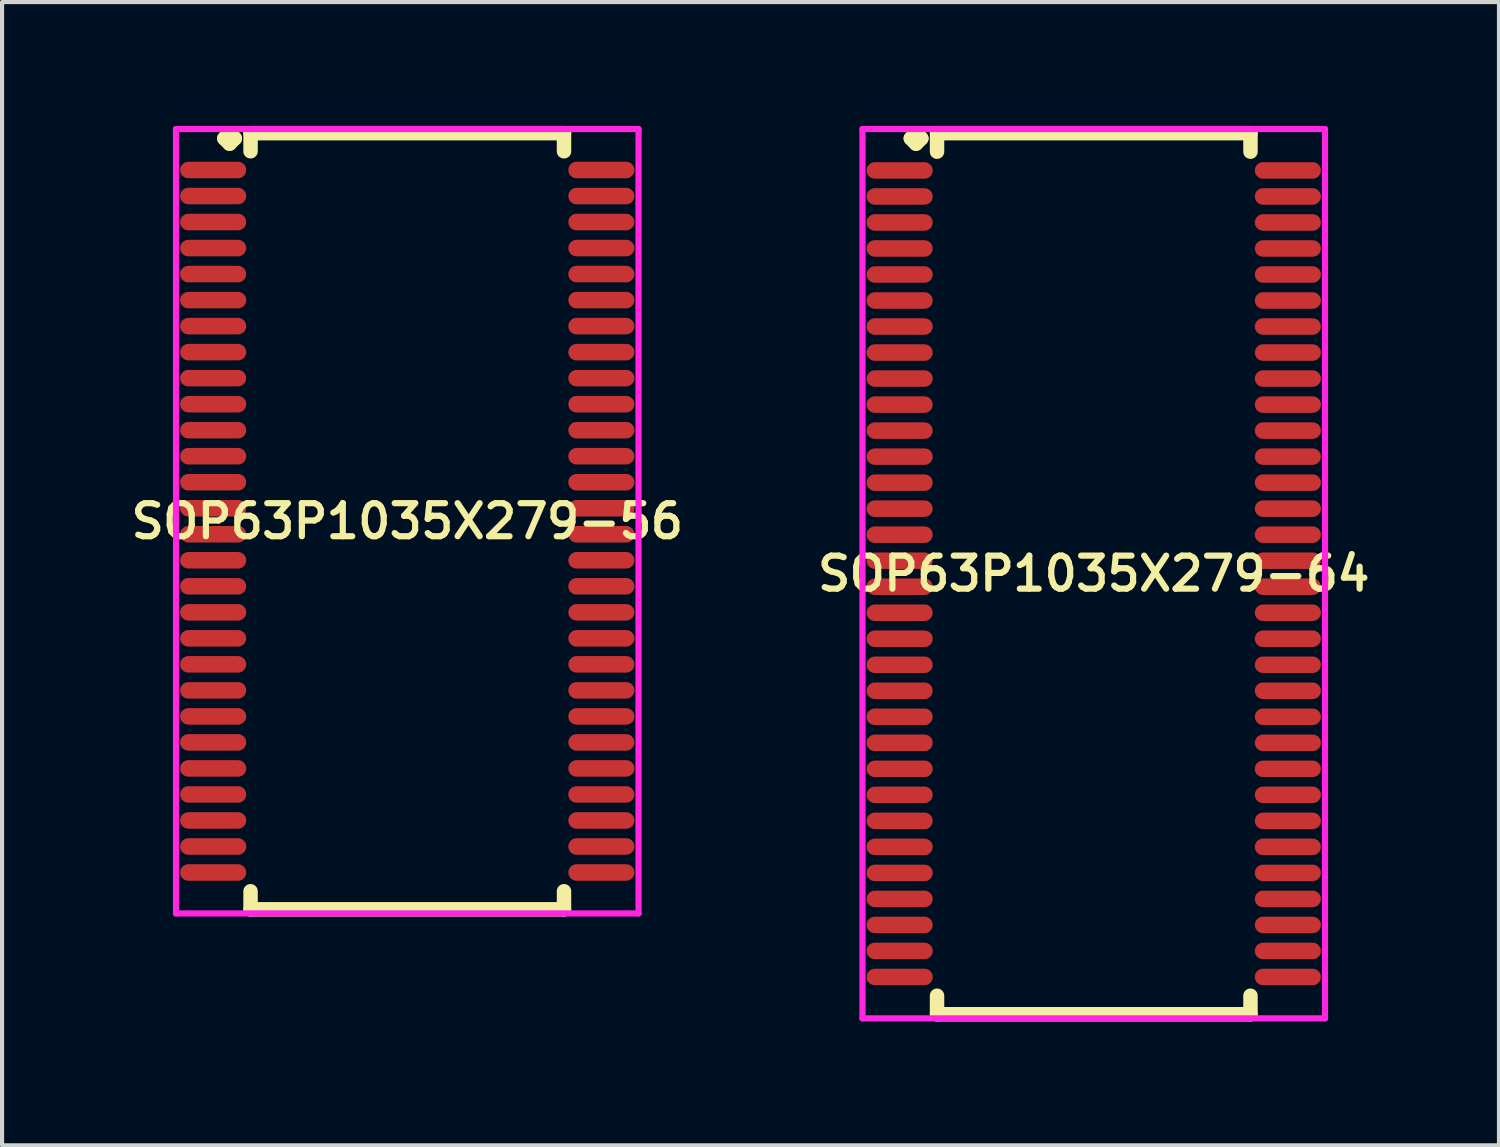
<source format=kicad_pcb>
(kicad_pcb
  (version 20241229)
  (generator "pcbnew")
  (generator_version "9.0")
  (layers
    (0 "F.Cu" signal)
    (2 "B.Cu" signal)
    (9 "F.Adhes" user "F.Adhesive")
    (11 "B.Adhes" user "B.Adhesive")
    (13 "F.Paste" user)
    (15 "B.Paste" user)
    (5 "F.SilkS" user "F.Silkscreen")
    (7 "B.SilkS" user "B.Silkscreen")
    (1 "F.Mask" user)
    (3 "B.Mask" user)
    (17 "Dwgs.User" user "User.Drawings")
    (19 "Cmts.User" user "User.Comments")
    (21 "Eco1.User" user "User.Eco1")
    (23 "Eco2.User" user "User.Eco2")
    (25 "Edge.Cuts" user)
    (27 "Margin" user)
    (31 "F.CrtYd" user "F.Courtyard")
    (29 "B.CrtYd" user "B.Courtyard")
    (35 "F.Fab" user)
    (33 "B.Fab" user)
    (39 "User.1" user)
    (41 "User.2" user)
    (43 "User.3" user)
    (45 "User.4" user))
  (footprint "SOP63P1035X279-64"
    (layer "F.Cu")
    (at 23.435 10.842)
    (property "Reference" "SOP63P1035X279-64" (at 0 0 0) (layer "F.SilkS") (effects (font (size 0.8 0.8) (thickness 0.15))))
    (attr through_hole)
    (fp_line (start -4.43 -10.54) (end -4.303 -10.667) (stroke (width 0.35) (type solid)) (layer "F.SilkS"))
    (fp_line (start -4.303 -10.667) (end -4.176 -10.54) (stroke (width 0.35) (type solid)) (layer "F.SilkS"))
    (fp_line (start -4.303 -10.413) (end -4.43 -10.54) (stroke (width 0.35) (type solid)) (layer "F.SilkS"))
    (fp_line (start -4.176 -10.54) (end -4.303 -10.413) (stroke (width 0.35) (type solid)) (layer "F.SilkS"))
    (fp_line (start -3.795 -10.667) (end 3.795 -10.667) (stroke (width 0.35) (type solid)) (layer "F.SilkS"))
    (fp_line (start -3.795 -10.219) (end -3.795 -10.667) (stroke (width 0.35) (type solid)) (layer "F.SilkS"))
    (fp_line (start -3.795 10.219) (end -3.795 10.667) (stroke (width 0.35) (type solid)) (layer "F.SilkS"))
    (fp_line (start -3.795 10.667) (end 3.795 10.667) (stroke (width 0.35) (type solid)) (layer "F.SilkS"))
    (fp_line (start 3.795 -10.667) (end 3.795 -10.219) (stroke (width 0.35) (type solid)) (layer "F.SilkS"))
    (fp_line (start 3.795 10.667) (end 3.795 10.219) (stroke (width 0.35) (type solid)) (layer "F.SilkS"))
    (fp_line (start -5.6 -10.767) (end 5.6 -10.767) (stroke (width 0.15) (type solid)) (layer "F.CrtYd"))
    (fp_line (start -5.6 10.767) (end -5.6 -10.767) (stroke (width 0.15) (type solid)) (layer "F.CrtYd"))
    (fp_line (start 5.6 -10.767) (end 5.6 10.767) (stroke (width 0.15) (type solid)) (layer "F.CrtYd"))
    (fp_line (start 5.6 10.767) (end -5.6 10.767) (stroke (width 0.15) (type solid)) (layer "F.CrtYd"))
    (pad "1" smd oval (at -4.7 -9.765) (size 1.6 0.4) (layers "F.Cu" "F.Mask" "F.Paste"))
    (pad "2" smd oval (at -4.7 -9.135) (size 1.6 0.4) (layers "F.Cu" "F.Mask" "F.Paste"))
    (pad "3" smd oval (at -4.7 -8.505) (size 1.6 0.4) (layers "F.Cu" "F.Mask" "F.Paste"))
    (pad "4" smd oval (at -4.7 -7.875) (size 1.6 0.4) (layers "F.Cu" "F.Mask" "F.Paste"))
    (pad "5" smd oval (at -4.7 -7.245) (size 1.6 0.4) (layers "F.Cu" "F.Mask" "F.Paste"))
    (pad "6" smd oval (at -4.7 -6.615) (size 1.6 0.4) (layers "F.Cu" "F.Mask" "F.Paste"))
    (pad "7" smd oval (at -4.7 -5.985) (size 1.6 0.4) (layers "F.Cu" "F.Mask" "F.Paste"))
    (pad "8" smd oval (at -4.7 -5.355) (size 1.6 0.4) (layers "F.Cu" "F.Mask" "F.Paste"))
    (pad "9" smd oval (at -4.7 -4.725) (size 1.6 0.4) (layers "F.Cu" "F.Mask" "F.Paste"))
    (pad "10" smd oval (at -4.7 -4.095) (size 1.6 0.4) (layers "F.Cu" "F.Mask" "F.Paste"))
    (pad "11" smd oval (at -4.7 -3.465) (size 1.6 0.4) (layers "F.Cu" "F.Mask" "F.Paste"))
    (pad "12" smd oval (at -4.7 -2.835) (size 1.6 0.4) (layers "F.Cu" "F.Mask" "F.Paste"))
    (pad "13" smd oval (at -4.7 -2.205) (size 1.6 0.4) (layers "F.Cu" "F.Mask" "F.Paste"))
    (pad "14" smd oval (at -4.7 -1.575) (size 1.6 0.4) (layers "F.Cu" "F.Mask" "F.Paste"))
    (pad "15" smd oval (at -4.7 -0.945) (size 1.6 0.4) (layers "F.Cu" "F.Mask" "F.Paste"))
    (pad "16" smd oval (at -4.7 -0.315) (size 1.6 0.4) (layers "F.Cu" "F.Mask" "F.Paste"))
    (pad "17" smd oval (at -4.7 0.315) (size 1.6 0.4) (layers "F.Cu" "F.Mask" "F.Paste"))
    (pad "18" smd oval (at -4.7 0.945) (size 1.6 0.4) (layers "F.Cu" "F.Mask" "F.Paste"))
    (pad "19" smd oval (at -4.7 1.575) (size 1.6 0.4) (layers "F.Cu" "F.Mask" "F.Paste"))
    (pad "20" smd oval (at -4.7 2.205) (size 1.6 0.4) (layers "F.Cu" "F.Mask" "F.Paste"))
    (pad "21" smd oval (at -4.7 2.835) (size 1.6 0.4) (layers "F.Cu" "F.Mask" "F.Paste"))
    (pad "22" smd oval (at -4.7 3.465) (size 1.6 0.4) (layers "F.Cu" "F.Mask" "F.Paste"))
    (pad "23" smd oval (at -4.7 4.095) (size 1.6 0.4) (layers "F.Cu" "F.Mask" "F.Paste"))
    (pad "24" smd oval (at -4.7 4.725) (size 1.6 0.4) (layers "F.Cu" "F.Mask" "F.Paste"))
    (pad "25" smd oval (at -4.7 5.355) (size 1.6 0.4) (layers "F.Cu" "F.Mask" "F.Paste"))
    (pad "26" smd oval (at -4.7 5.985) (size 1.6 0.4) (layers "F.Cu" "F.Mask" "F.Paste"))
    (pad "27" smd oval (at -4.7 6.615) (size 1.6 0.4) (layers "F.Cu" "F.Mask" "F.Paste"))
    (pad "28" smd oval (at -4.7 7.245) (size 1.6 0.4) (layers "F.Cu" "F.Mask" "F.Paste"))
    (pad "29" smd oval (at -4.7 7.875) (size 1.6 0.4) (layers "F.Cu" "F.Mask" "F.Paste"))
    (pad "30" smd oval (at -4.7 8.505) (size 1.6 0.4) (layers "F.Cu" "F.Mask" "F.Paste"))
    (pad "31" smd oval (at -4.7 9.135) (size 1.6 0.4) (layers "F.Cu" "F.Mask" "F.Paste"))
    (pad "32" smd oval (at -4.7 9.765) (size 1.6 0.4) (layers "F.Cu" "F.Mask" "F.Paste"))
    (pad "33" smd oval (at 4.7 9.765) (size 1.6 0.4) (layers "F.Cu" "F.Mask" "F.Paste"))
    (pad "34" smd oval (at 4.7 9.135) (size 1.6 0.4) (layers "F.Cu" "F.Mask" "F.Paste"))
    (pad "35" smd oval (at 4.7 8.505) (size 1.6 0.4) (layers "F.Cu" "F.Mask" "F.Paste"))
    (pad "36" smd oval (at 4.7 7.875) (size 1.6 0.4) (layers "F.Cu" "F.Mask" "F.Paste"))
    (pad "37" smd oval (at 4.7 7.245) (size 1.6 0.4) (layers "F.Cu" "F.Mask" "F.Paste"))
    (pad "38" smd oval (at 4.7 6.615) (size 1.6 0.4) (layers "F.Cu" "F.Mask" "F.Paste"))
    (pad "39" smd oval (at 4.7 5.985) (size 1.6 0.4) (layers "F.Cu" "F.Mask" "F.Paste"))
    (pad "40" smd oval (at 4.7 5.355) (size 1.6 0.4) (layers "F.Cu" "F.Mask" "F.Paste"))
    (pad "41" smd oval (at 4.7 4.725) (size 1.6 0.4) (layers "F.Cu" "F.Mask" "F.Paste"))
    (pad "42" smd oval (at 4.7 4.095) (size 1.6 0.4) (layers "F.Cu" "F.Mask" "F.Paste"))
    (pad "43" smd oval (at 4.7 3.465) (size 1.6 0.4) (layers "F.Cu" "F.Mask" "F.Paste"))
    (pad "44" smd oval (at 4.7 2.835) (size 1.6 0.4) (layers "F.Cu" "F.Mask" "F.Paste"))
    (pad "45" smd oval (at 4.7 2.205) (size 1.6 0.4) (layers "F.Cu" "F.Mask" "F.Paste"))
    (pad "46" smd oval (at 4.7 1.575) (size 1.6 0.4) (layers "F.Cu" "F.Mask" "F.Paste"))
    (pad "47" smd oval (at 4.7 0.945) (size 1.6 0.4) (layers "F.Cu" "F.Mask" "F.Paste"))
    (pad "48" smd oval (at 4.7 0.315) (size 1.6 0.4) (layers "F.Cu" "F.Mask" "F.Paste"))
    (pad "49" smd oval (at 4.7 -0.315) (size 1.6 0.4) (layers "F.Cu" "F.Mask" "F.Paste"))
    (pad "50" smd oval (at 4.7 -0.945) (size 1.6 0.4) (layers "F.Cu" "F.Mask" "F.Paste"))
    (pad "51" smd oval (at 4.7 -1.575) (size 1.6 0.4) (layers "F.Cu" "F.Mask" "F.Paste"))
    (pad "52" smd oval (at 4.7 -2.205) (size 1.6 0.4) (layers "F.Cu" "F.Mask" "F.Paste"))
    (pad "53" smd oval (at 4.7 -2.835) (size 1.6 0.4) (layers "F.Cu" "F.Mask" "F.Paste"))
    (pad "54" smd oval (at 4.7 -3.465) (size 1.6 0.4) (layers "F.Cu" "F.Mask" "F.Paste"))
    (pad "55" smd oval (at 4.7 -4.095) (size 1.6 0.4) (layers "F.Cu" "F.Mask" "F.Paste"))
    (pad "56" smd oval (at 4.7 -4.725) (size 1.6 0.4) (layers "F.Cu" "F.Mask" "F.Paste"))
    (pad "57" smd oval (at 4.7 -5.355) (size 1.6 0.4) (layers "F.Cu" "F.Mask" "F.Paste"))
    (pad "58" smd oval (at 4.7 -5.985) (size 1.6 0.4) (layers "F.Cu" "F.Mask" "F.Paste"))
    (pad "59" smd oval (at 4.7 -6.615) (size 1.6 0.4) (layers "F.Cu" "F.Mask" "F.Paste"))
    (pad "60" smd oval (at 4.7 -7.245) (size 1.6 0.4) (layers "F.Cu" "F.Mask" "F.Paste"))
    (pad "61" smd oval (at 4.7 -7.875) (size 1.6 0.4) (layers "F.Cu" "F.Mask" "F.Paste"))
    (pad "62" smd oval (at 4.7 -8.505) (size 1.6 0.4) (layers "F.Cu" "F.Mask" "F.Paste"))
    (pad "63" smd oval (at 4.7 -9.135) (size 1.6 0.4) (layers "F.Cu" "F.Mask" "F.Paste"))
    (pad "64" smd oval (at 4.7 -9.765) (size 1.6 0.4) (layers "F.Cu" "F.Mask" "F.Paste")))
  (footprint "SOP63P1035X279-56"
    (layer "F.Cu")
    (at 6.812 9.572)
    (property "Reference" "SOP63P1035X279-56" (at 0 0 0) (layer "F.SilkS") (effects (font (size 0.8 0.8) (thickness 0.15))))
    (attr smd)
    (fp_line (start -4.43 -9.27) (end -4.303 -9.397) (stroke (width 0.35) (type solid)) (layer "F.SilkS"))
    (fp_line (start -4.303 -9.397) (end -4.176 -9.27) (stroke (width 0.35) (type solid)) (layer "F.SilkS"))
    (fp_line (start -4.303 -9.143) (end -4.43 -9.27) (stroke (width 0.35) (type solid)) (layer "F.SilkS"))
    (fp_line (start -4.176 -9.27) (end -4.303 -9.143) (stroke (width 0.35) (type solid)) (layer "F.SilkS"))
    (fp_line (start -3.795 -9.397) (end 3.795 -9.397) (stroke (width 0.35) (type solid)) (layer "F.SilkS"))
    (fp_line (start -3.795 -8.959) (end -3.795 -9.397) (stroke (width 0.35) (type solid)) (layer "F.SilkS"))
    (fp_line (start -3.795 8.959) (end -3.795 9.397) (stroke (width 0.35) (type solid)) (layer "F.SilkS"))
    (fp_line (start -3.795 9.397) (end 3.795 9.397) (stroke (width 0.35) (type solid)) (layer "F.SilkS"))
    (fp_line (start 3.795 -9.397) (end 3.795 -8.959) (stroke (width 0.35) (type solid)) (layer "F.SilkS"))
    (fp_line (start 3.795 9.397) (end 3.795 8.959) (stroke (width 0.35) (type solid)) (layer "F.SilkS"))
    (fp_line (start -5.6 -9.497) (end 5.6 -9.497) (stroke (width 0.15) (type solid)) (layer "F.CrtYd"))
    (fp_line (start -5.6 9.497) (end -5.6 -9.497) (stroke (width 0.15) (type solid)) (layer "F.CrtYd"))
    (fp_line (start 5.6 -9.497) (end 5.6 9.497) (stroke (width 0.15) (type solid)) (layer "F.CrtYd"))
    (fp_line (start 5.6 9.497) (end -5.6 9.497) (stroke (width 0.15) (type solid)) (layer "F.CrtYd"))
    (pad "1" smd oval (at -4.7 -8.505) (size 1.6 0.4) (layers "F.Cu" "F.Mask" "F.Paste"))
    (pad "2" smd oval (at -4.7 -7.875) (size 1.6 0.4) (layers "F.Cu" "F.Mask" "F.Paste"))
    (pad "3" smd oval (at -4.7 -7.245) (size 1.6 0.4) (layers "F.Cu" "F.Mask" "F.Paste"))
    (pad "4" smd oval (at -4.7 -6.615) (size 1.6 0.4) (layers "F.Cu" "F.Mask" "F.Paste"))
    (pad "5" smd oval (at -4.7 -5.985) (size 1.6 0.4) (layers "F.Cu" "F.Mask" "F.Paste"))
    (pad "6" smd oval (at -4.7 -5.355) (size 1.6 0.4) (layers "F.Cu" "F.Mask" "F.Paste"))
    (pad "7" smd oval (at -4.7 -4.725) (size 1.6 0.4) (layers "F.Cu" "F.Mask" "F.Paste"))
    (pad "8" smd oval (at -4.7 -4.095) (size 1.6 0.4) (layers "F.Cu" "F.Mask" "F.Paste"))
    (pad "9" smd oval (at -4.7 -3.465) (size 1.6 0.4) (layers "F.Cu" "F.Mask" "F.Paste"))
    (pad "10" smd oval (at -4.7 -2.835) (size 1.6 0.4) (layers "F.Cu" "F.Mask" "F.Paste"))
    (pad "11" smd oval (at -4.7 -2.205) (size 1.6 0.4) (layers "F.Cu" "F.Mask" "F.Paste"))
    (pad "12" smd oval (at -4.7 -1.575) (size 1.6 0.4) (layers "F.Cu" "F.Mask" "F.Paste"))
    (pad "13" smd oval (at -4.7 -0.945) (size 1.6 0.4) (layers "F.Cu" "F.Mask" "F.Paste"))
    (pad "14" smd oval (at -4.7 -0.315) (size 1.6 0.4) (layers "F.Cu" "F.Mask" "F.Paste"))
    (pad "15" smd oval (at -4.7 0.315) (size 1.6 0.4) (layers "F.Cu" "F.Mask" "F.Paste"))
    (pad "16" smd oval (at -4.7 0.945) (size 1.6 0.4) (layers "F.Cu" "F.Mask" "F.Paste"))
    (pad "17" smd oval (at -4.7 1.575) (size 1.6 0.4) (layers "F.Cu" "F.Mask" "F.Paste"))
    (pad "18" smd oval (at -4.7 2.205) (size 1.6 0.4) (layers "F.Cu" "F.Mask" "F.Paste"))
    (pad "19" smd oval (at -4.7 2.835) (size 1.6 0.4) (layers "F.Cu" "F.Mask" "F.Paste"))
    (pad "20" smd oval (at -4.7 3.465) (size 1.6 0.4) (layers "F.Cu" "F.Mask" "F.Paste"))
    (pad "21" smd oval (at -4.7 4.095) (size 1.6 0.4) (layers "F.Cu" "F.Mask" "F.Paste"))
    (pad "22" smd oval (at -4.7 4.725) (size 1.6 0.4) (layers "F.Cu" "F.Mask" "F.Paste"))
    (pad "23" smd oval (at -4.7 5.355) (size 1.6 0.4) (layers "F.Cu" "F.Mask" "F.Paste"))
    (pad "24" smd oval (at -4.7 5.985) (size 1.6 0.4) (layers "F.Cu" "F.Mask" "F.Paste"))
    (pad "25" smd oval (at -4.7 6.615) (size 1.6 0.4) (layers "F.Cu" "F.Mask" "F.Paste"))
    (pad "26" smd oval (at -4.7 7.245) (size 1.6 0.4) (layers "F.Cu" "F.Mask" "F.Paste"))
    (pad "27" smd oval (at -4.7 7.875) (size 1.6 0.4) (layers "F.Cu" "F.Mask" "F.Paste"))
    (pad "28" smd oval (at -4.7 8.505) (size 1.6 0.4) (layers "F.Cu" "F.Mask" "F.Paste"))
    (pad "29" smd oval (at 4.7 8.505) (size 1.6 0.4) (layers "F.Cu" "F.Mask" "F.Paste"))
    (pad "30" smd oval (at 4.7 7.875) (size 1.6 0.4) (layers "F.Cu" "F.Mask" "F.Paste"))
    (pad "31" smd oval (at 4.7 7.245) (size 1.6 0.4) (layers "F.Cu" "F.Mask" "F.Paste"))
    (pad "32" smd oval (at 4.7 6.615) (size 1.6 0.4) (layers "F.Cu" "F.Mask" "F.Paste"))
    (pad "33" smd oval (at 4.7 5.985) (size 1.6 0.4) (layers "F.Cu" "F.Mask" "F.Paste"))
    (pad "34" smd oval (at 4.7 5.355) (size 1.6 0.4) (layers "F.Cu" "F.Mask" "F.Paste"))
    (pad "35" smd oval (at 4.7 4.725) (size 1.6 0.4) (layers "F.Cu" "F.Mask" "F.Paste"))
    (pad "36" smd oval (at 4.7 4.095) (size 1.6 0.4) (layers "F.Cu" "F.Mask" "F.Paste"))
    (pad "37" smd oval (at 4.7 3.465) (size 1.6 0.4) (layers "F.Cu" "F.Mask" "F.Paste"))
    (pad "38" smd oval (at 4.7 2.835) (size 1.6 0.4) (layers "F.Cu" "F.Mask" "F.Paste"))
    (pad "39" smd oval (at 4.7 2.205) (size 1.6 0.4) (layers "F.Cu" "F.Mask" "F.Paste"))
    (pad "40" smd oval (at 4.7 1.575) (size 1.6 0.4) (layers "F.Cu" "F.Mask" "F.Paste"))
    (pad "41" smd oval (at 4.7 0.945) (size 1.6 0.4) (layers "F.Cu" "F.Mask" "F.Paste"))
    (pad "42" smd oval (at 4.7 0.315) (size 1.6 0.4) (layers "F.Cu" "F.Mask" "F.Paste"))
    (pad "43" smd oval (at 4.7 -0.315) (size 1.6 0.4) (layers "F.Cu" "F.Mask" "F.Paste"))
    (pad "44" smd oval (at 4.7 -0.945) (size 1.6 0.4) (layers "F.Cu" "F.Mask" "F.Paste"))
    (pad "45" smd oval (at 4.7 -1.575) (size 1.6 0.4) (layers "F.Cu" "F.Mask" "F.Paste"))
    (pad "46" smd oval (at 4.7 -2.205) (size 1.6 0.4) (layers "F.Cu" "F.Mask" "F.Paste"))
    (pad "47" smd oval (at 4.7 -2.835) (size 1.6 0.4) (layers "F.Cu" "F.Mask" "F.Paste"))
    (pad "48" smd oval (at 4.7 -3.465) (size 1.6 0.4) (layers "F.Cu" "F.Mask" "F.Paste"))
    (pad "49" smd oval (at 4.7 -4.095) (size 1.6 0.4) (layers "F.Cu" "F.Mask" "F.Paste"))
    (pad "50" smd oval (at 4.7 -4.725) (size 1.6 0.4) (layers "F.Cu" "F.Mask" "F.Paste"))
    (pad "51" smd oval (at 4.7 -5.355) (size 1.6 0.4) (layers "F.Cu" "F.Mask" "F.Paste"))
    (pad "52" smd oval (at 4.7 -5.985) (size 1.6 0.4) (layers "F.Cu" "F.Mask" "F.Paste"))
    (pad "53" smd oval (at 4.7 -6.615) (size 1.6 0.4) (layers "F.Cu" "F.Mask" "F.Paste"))
    (pad "54" smd oval (at 4.7 -7.245) (size 1.6 0.4) (layers "F.Cu" "F.Mask" "F.Paste"))
    (pad "55" smd oval (at 4.7 -7.875) (size 1.6 0.4) (layers "F.Cu" "F.Mask" "F.Paste"))
    (pad "56" smd oval (at 4.7 -8.505) (size 1.6 0.4) (layers "F.Cu" "F.Mask" "F.Paste")))
  (gr_rect
    (start -3 -3)
    (end 33.247 24.684)
    (stroke (width 0.1) (type default))
    (fill no)
    (layer "Edge.Cuts")))
</source>
